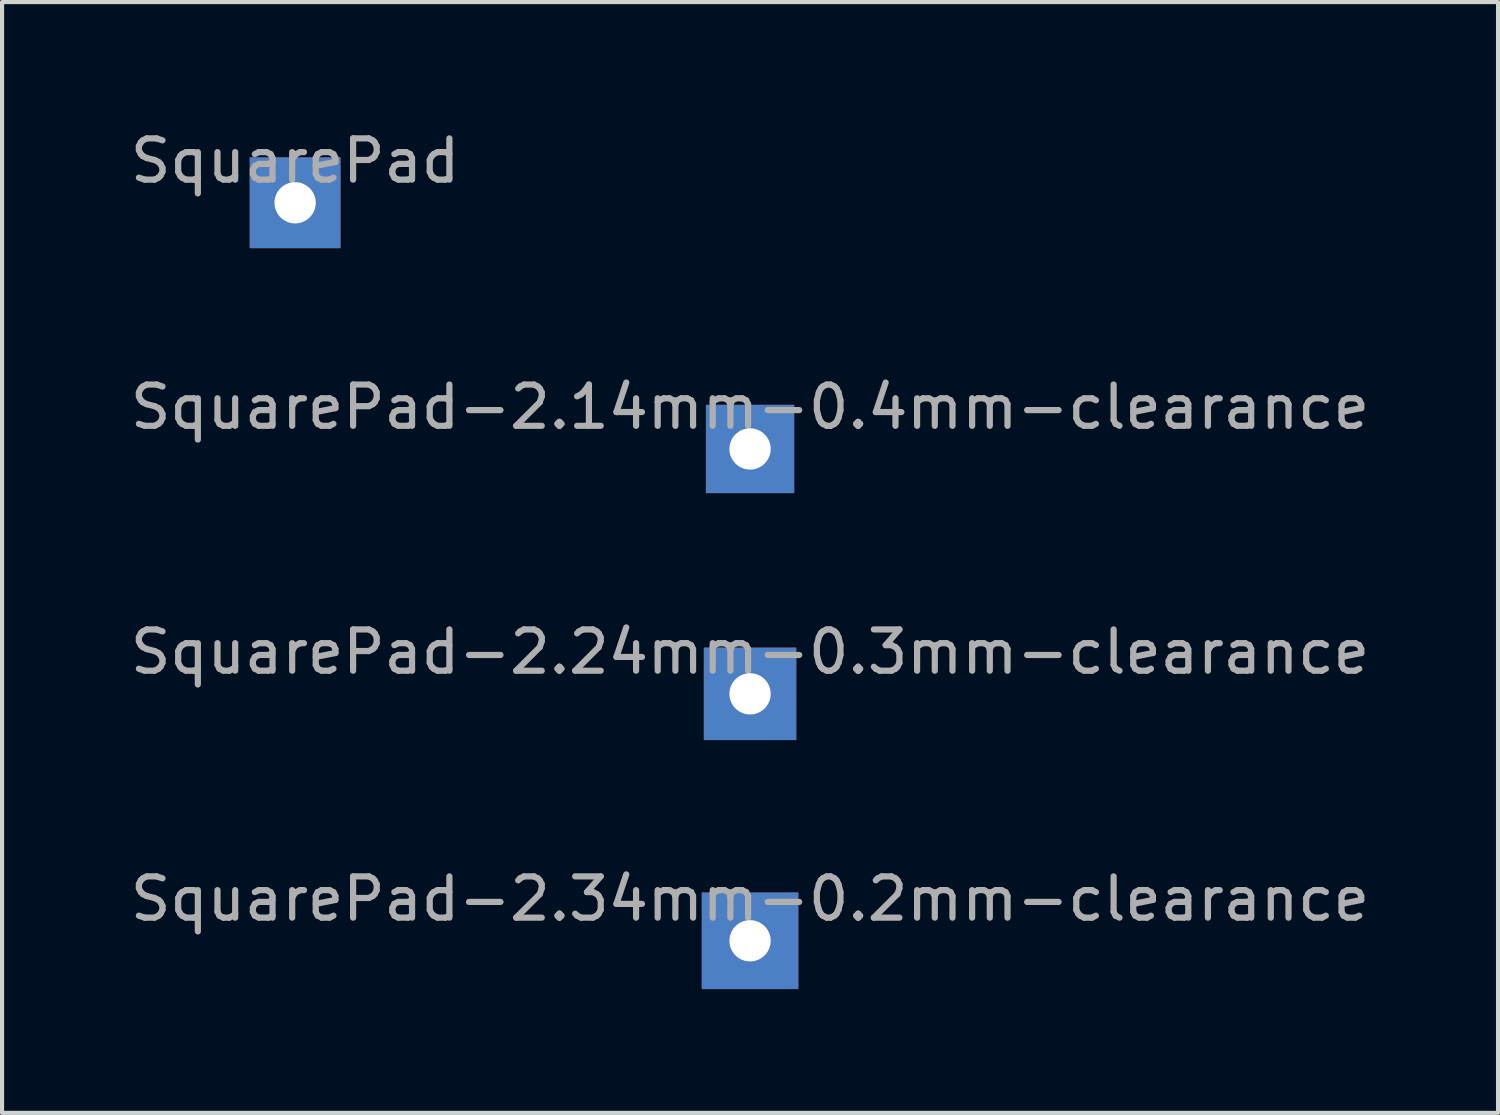
<source format=kicad_pcb>
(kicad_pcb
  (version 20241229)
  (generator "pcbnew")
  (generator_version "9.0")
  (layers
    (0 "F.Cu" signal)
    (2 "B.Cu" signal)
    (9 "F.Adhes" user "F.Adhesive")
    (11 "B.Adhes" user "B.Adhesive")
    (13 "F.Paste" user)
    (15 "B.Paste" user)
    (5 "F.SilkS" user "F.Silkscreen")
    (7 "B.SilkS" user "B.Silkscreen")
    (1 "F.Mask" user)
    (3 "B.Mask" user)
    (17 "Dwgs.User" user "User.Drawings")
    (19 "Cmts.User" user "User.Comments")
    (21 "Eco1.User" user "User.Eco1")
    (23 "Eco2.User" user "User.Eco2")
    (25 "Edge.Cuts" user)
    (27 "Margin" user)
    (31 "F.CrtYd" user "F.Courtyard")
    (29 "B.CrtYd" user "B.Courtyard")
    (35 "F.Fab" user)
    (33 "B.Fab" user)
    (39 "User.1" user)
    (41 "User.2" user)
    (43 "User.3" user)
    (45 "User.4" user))
  (footprint "SquarePad-2.24mm-0.3mm-clearance"
    (layer "F.Cu")
    (at 15.125 13.763)
    (property "Reference" "SquarePad-2.24mm-0.3mm-clearance" (at 0 -1.016 0) (layer "F.Fab") (effects (font (size 1 1) (thickness 0.15))))
    (attr through_hole)
    (pad "1" thru_hole rect (at 0 0) (size 2.24 2.24) (drill 1) (layers "*.Cu" "*.Mask")))
  (footprint "SquarePad-2.14mm-0.4mm-clearance"
    (layer "F.Cu")
    (at 15.125 7.829)
    (property "Reference" "SquarePad-2.14mm-0.4mm-clearance" (at 0 -1.016 0) (layer "F.Fab") (effects (font (size 1 1) (thickness 0.15))))
    (attr through_hole)
    (pad "1" thru_hole rect (at 0 0) (size 2.14 2.14) (drill 1) (layers "*.Cu" "*.Mask")))
  (footprint "SquarePad-2.34mm-0.2mm-clearance"
    (layer "F.Cu")
    (at 15.125 19.747)
    (property "Reference" "SquarePad-2.34mm-0.2mm-clearance" (at 0 -1.016 0) (layer "F.Fab") (effects (font (size 1 1) (thickness 0.15))))
    (attr through_hole)
    (pad "1" thru_hole rect (at 0 0) (size 2.34 2.34) (drill 1) (layers "*.Cu" "*.Mask")))
  (footprint "SquarePad"
    (layer "F.Cu")
    (at 4.101 1.864)
    (property "Reference" "SquarePad" (at 0 -1.016 0) (layer "F.Fab") (effects (font (size 1 1) (thickness 0.15))))
    (attr through_hole)
    (pad "1" thru_hole rect (at 0 0) (size 2.2 2.2) (drill 1) (layers "*.Cu" "*.Mask")))
  (gr_rect
    (start -3 -3)
    (end 33.25 23.917)
    (stroke (width 0.1) (type default))
    (fill no)
    (layer "Edge.Cuts")))
</source>
